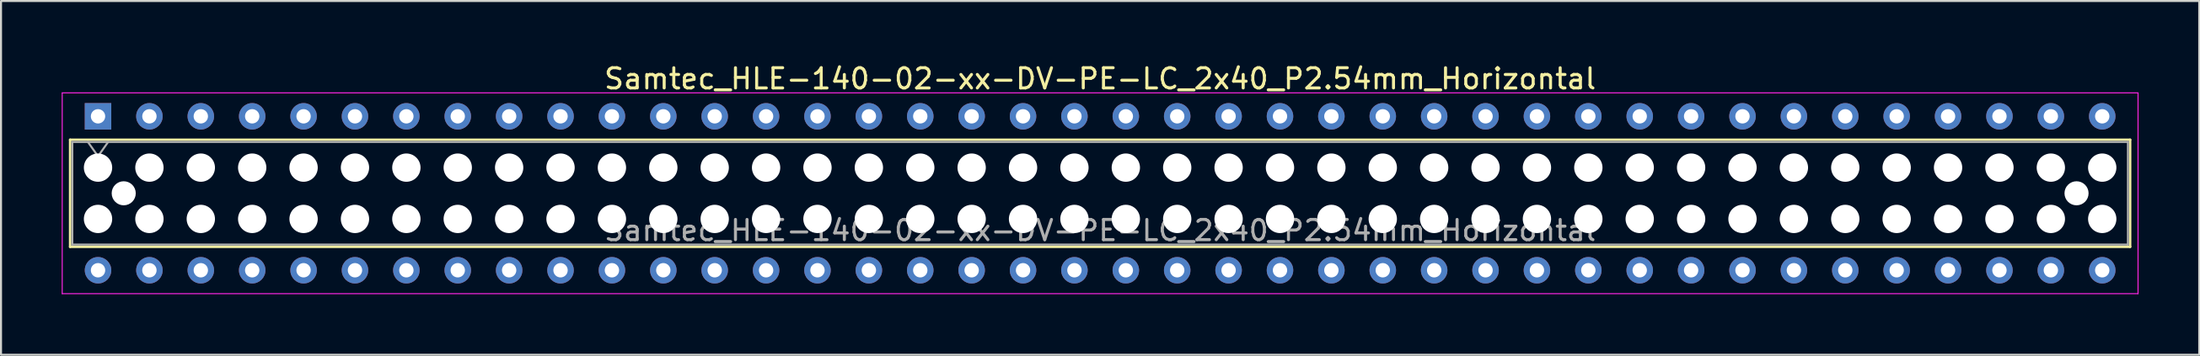
<source format=kicad_pcb>
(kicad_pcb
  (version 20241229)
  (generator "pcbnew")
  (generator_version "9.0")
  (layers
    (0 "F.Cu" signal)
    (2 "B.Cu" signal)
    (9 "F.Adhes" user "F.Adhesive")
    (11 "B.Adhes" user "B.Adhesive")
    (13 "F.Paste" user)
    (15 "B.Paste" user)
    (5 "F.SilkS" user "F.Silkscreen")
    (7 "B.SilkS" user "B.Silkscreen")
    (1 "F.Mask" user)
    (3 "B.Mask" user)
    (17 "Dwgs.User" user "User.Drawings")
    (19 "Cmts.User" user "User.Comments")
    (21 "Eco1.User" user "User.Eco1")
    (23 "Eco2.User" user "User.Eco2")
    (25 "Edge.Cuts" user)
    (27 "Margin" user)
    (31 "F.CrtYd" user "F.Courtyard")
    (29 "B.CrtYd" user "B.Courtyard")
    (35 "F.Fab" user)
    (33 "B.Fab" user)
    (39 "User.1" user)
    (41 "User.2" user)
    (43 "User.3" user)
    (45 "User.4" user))
  (footprint "Samtec_HLE-140-02-xx-DV-PE-LC_2x40_P2.54mm_Horizontal"
    (layer "F.Cu")
    (at 1.795 2.708)
    (property "Reference" "Samtec_HLE-140-02-xx-DV-PE-LC_2x40_P2.54mm_Horizontal" (at 49.53 -1.86 0) (layer "F.SilkS") (effects (font (size 1 1) (thickness 0.15))))
    (attr through_hole)
    (fp_line (start -1.38 1.16) (end 100.44 1.16) (stroke (width 0.12) (type solid)) (layer "F.SilkS"))
    (fp_line (start -1.38 6.46) (end -1.38 1.16) (stroke (width 0.12) (type solid)) (layer "F.SilkS"))
    (fp_line (start 100.44 1.16) (end 100.44 6.46) (stroke (width 0.12) (type solid)) (layer "F.SilkS"))
    (fp_line (start 100.44 6.46) (end -1.38 6.46) (stroke (width 0.12) (type solid)) (layer "F.SilkS"))
    (fp_line (start -1.77 -1.16) (end 100.83 -1.16) (stroke (width 0.05) (type solid)) (layer "F.CrtYd"))
    (fp_line (start -1.77 8.78) (end -1.77 -1.16) (stroke (width 0.05) (type solid)) (layer "F.CrtYd"))
    (fp_line (start 100.83 -1.16) (end 100.83 8.78) (stroke (width 0.05) (type solid)) (layer "F.CrtYd"))
    (fp_line (start 100.83 8.78) (end -1.77 8.78) (stroke (width 0.05) (type solid)) (layer "F.CrtYd"))
    (fp_line (start -1.27 1.27) (end 100.33 1.27) (stroke (width 0.1) (type solid)) (layer "F.Fab"))
    (fp_line (start -1.27 6.35) (end -1.27 1.27) (stroke (width 0.1) (type solid)) (layer "F.Fab"))
    (fp_line (start -0.5 1.27) (end 0 1.977) (stroke (width 0.1) (type solid)) (layer "F.Fab"))
    (fp_line (start 0 1.977) (end 0.5 1.27) (stroke (width 0.1) (type solid)) (layer "F.Fab"))
    (fp_line (start 100.33 1.27) (end 100.33 6.35) (stroke (width 0.1) (type solid)) (layer "F.Fab"))
    (fp_line (start 100.33 6.35) (end -1.27 6.35) (stroke (width 0.1) (type solid)) (layer "F.Fab"))
    (fp_text user "${REFERENCE}" (at 49.53 5.65 0) (layer "F.Fab") (effects (font (size 1 1) (thickness 0.15))))
    (pad "" np_thru_hole circle (at 0 2.54) (size 1.4 1.4) (drill 1.4) (layers "*.Cu" "*.Mask"))
    (pad "" np_thru_hole circle (at 0 5.08) (size 1.4 1.4) (drill 1.4) (layers "*.Cu" "*.Mask"))
    (pad "" np_thru_hole circle (at 1.27 3.81) (size 1.19 1.19) (drill 1.19) (layers "*.Cu" "*.Mask"))
    (pad "" np_thru_hole circle (at 2.54 2.54) (size 1.4 1.4) (drill 1.4) (layers "*.Cu" "*.Mask"))
    (pad "" np_thru_hole circle (at 2.54 5.08) (size 1.4 1.4) (drill 1.4) (layers "*.Cu" "*.Mask"))
    (pad "" np_thru_hole circle (at 5.08 2.54) (size 1.4 1.4) (drill 1.4) (layers "*.Cu" "*.Mask"))
    (pad "" np_thru_hole circle (at 5.08 5.08) (size 1.4 1.4) (drill 1.4) (layers "*.Cu" "*.Mask"))
    (pad "" np_thru_hole circle (at 7.62 2.54) (size 1.4 1.4) (drill 1.4) (layers "*.Cu" "*.Mask"))
    (pad "" np_thru_hole circle (at 7.62 5.08) (size 1.4 1.4) (drill 1.4) (layers "*.Cu" "*.Mask"))
    (pad "" np_thru_hole circle (at 10.16 2.54) (size 1.4 1.4) (drill 1.4) (layers "*.Cu" "*.Mask"))
    (pad "" np_thru_hole circle (at 10.16 5.08) (size 1.4 1.4) (drill 1.4) (layers "*.Cu" "*.Mask"))
    (pad "" np_thru_hole circle (at 12.7 2.54) (size 1.4 1.4) (drill 1.4) (layers "*.Cu" "*.Mask"))
    (pad "" np_thru_hole circle (at 12.7 5.08) (size 1.4 1.4) (drill 1.4) (layers "*.Cu" "*.Mask"))
    (pad "" np_thru_hole circle (at 15.24 2.54) (size 1.4 1.4) (drill 1.4) (layers "*.Cu" "*.Mask"))
    (pad "" np_thru_hole circle (at 15.24 5.08) (size 1.4 1.4) (drill 1.4) (layers "*.Cu" "*.Mask"))
    (pad "" np_thru_hole circle (at 17.78 2.54) (size 1.4 1.4) (drill 1.4) (layers "*.Cu" "*.Mask"))
    (pad "" np_thru_hole circle (at 17.78 5.08) (size 1.4 1.4) (drill 1.4) (layers "*.Cu" "*.Mask"))
    (pad "" np_thru_hole circle (at 20.32 2.54) (size 1.4 1.4) (drill 1.4) (layers "*.Cu" "*.Mask"))
    (pad "" np_thru_hole circle (at 20.32 5.08) (size 1.4 1.4) (drill 1.4) (layers "*.Cu" "*.Mask"))
    (pad "" np_thru_hole circle (at 22.86 2.54) (size 1.4 1.4) (drill 1.4) (layers "*.Cu" "*.Mask"))
    (pad "" np_thru_hole circle (at 22.86 5.08) (size 1.4 1.4) (drill 1.4) (layers "*.Cu" "*.Mask"))
    (pad "" np_thru_hole circle (at 25.4 2.54) (size 1.4 1.4) (drill 1.4) (layers "*.Cu" "*.Mask"))
    (pad "" np_thru_hole circle (at 25.4 5.08) (size 1.4 1.4) (drill 1.4) (layers "*.Cu" "*.Mask"))
    (pad "" np_thru_hole circle (at 27.94 2.54) (size 1.4 1.4) (drill 1.4) (layers "*.Cu" "*.Mask"))
    (pad "" np_thru_hole circle (at 27.94 5.08) (size 1.4 1.4) (drill 1.4) (layers "*.Cu" "*.Mask"))
    (pad "" np_thru_hole circle (at 30.48 2.54) (size 1.4 1.4) (drill 1.4) (layers "*.Cu" "*.Mask"))
    (pad "" np_thru_hole circle (at 30.48 5.08) (size 1.4 1.4) (drill 1.4) (layers "*.Cu" "*.Mask"))
    (pad "" np_thru_hole circle (at 33.02 2.54) (size 1.4 1.4) (drill 1.4) (layers "*.Cu" "*.Mask"))
    (pad "" np_thru_hole circle (at 33.02 5.08) (size 1.4 1.4) (drill 1.4) (layers "*.Cu" "*.Mask"))
    (pad "" np_thru_hole circle (at 35.56 2.54) (size 1.4 1.4) (drill 1.4) (layers "*.Cu" "*.Mask"))
    (pad "" np_thru_hole circle (at 35.56 5.08) (size 1.4 1.4) (drill 1.4) (layers "*.Cu" "*.Mask"))
    (pad "" np_thru_hole circle (at 38.1 2.54) (size 1.4 1.4) (drill 1.4) (layers "*.Cu" "*.Mask"))
    (pad "" np_thru_hole circle (at 38.1 5.08) (size 1.4 1.4) (drill 1.4) (layers "*.Cu" "*.Mask"))
    (pad "" np_thru_hole circle (at 40.64 2.54) (size 1.4 1.4) (drill 1.4) (layers "*.Cu" "*.Mask"))
    (pad "" np_thru_hole circle (at 40.64 5.08) (size 1.4 1.4) (drill 1.4) (layers "*.Cu" "*.Mask"))
    (pad "" np_thru_hole circle (at 43.18 2.54) (size 1.4 1.4) (drill 1.4) (layers "*.Cu" "*.Mask"))
    (pad "" np_thru_hole circle (at 43.18 5.08) (size 1.4 1.4) (drill 1.4) (layers "*.Cu" "*.Mask"))
    (pad "" np_thru_hole circle (at 45.72 2.54) (size 1.4 1.4) (drill 1.4) (layers "*.Cu" "*.Mask"))
    (pad "" np_thru_hole circle (at 45.72 5.08) (size 1.4 1.4) (drill 1.4) (layers "*.Cu" "*.Mask"))
    (pad "" np_thru_hole circle (at 48.26 2.54) (size 1.4 1.4) (drill 1.4) (layers "*.Cu" "*.Mask"))
    (pad "" np_thru_hole circle (at 48.26 5.08) (size 1.4 1.4) (drill 1.4) (layers "*.Cu" "*.Mask"))
    (pad "" np_thru_hole circle (at 50.8 2.54) (size 1.4 1.4) (drill 1.4) (layers "*.Cu" "*.Mask"))
    (pad "" np_thru_hole circle (at 50.8 5.08) (size 1.4 1.4) (drill 1.4) (layers "*.Cu" "*.Mask"))
    (pad "" np_thru_hole circle (at 53.34 2.54) (size 1.4 1.4) (drill 1.4) (layers "*.Cu" "*.Mask"))
    (pad "" np_thru_hole circle (at 53.34 5.08) (size 1.4 1.4) (drill 1.4) (layers "*.Cu" "*.Mask"))
    (pad "" np_thru_hole circle (at 55.88 2.54) (size 1.4 1.4) (drill 1.4) (layers "*.Cu" "*.Mask"))
    (pad "" np_thru_hole circle (at 55.88 5.08) (size 1.4 1.4) (drill 1.4) (layers "*.Cu" "*.Mask"))
    (pad "" np_thru_hole circle (at 58.42 2.54) (size 1.4 1.4) (drill 1.4) (layers "*.Cu" "*.Mask"))
    (pad "" np_thru_hole circle (at 58.42 5.08) (size 1.4 1.4) (drill 1.4) (layers "*.Cu" "*.Mask"))
    (pad "" np_thru_hole circle (at 60.96 2.54) (size 1.4 1.4) (drill 1.4) (layers "*.Cu" "*.Mask"))
    (pad "" np_thru_hole circle (at 60.96 5.08) (size 1.4 1.4) (drill 1.4) (layers "*.Cu" "*.Mask"))
    (pad "" np_thru_hole circle (at 63.5 2.54) (size 1.4 1.4) (drill 1.4) (layers "*.Cu" "*.Mask"))
    (pad "" np_thru_hole circle (at 63.5 5.08) (size 1.4 1.4) (drill 1.4) (layers "*.Cu" "*.Mask"))
    (pad "" np_thru_hole circle (at 66.04 2.54) (size 1.4 1.4) (drill 1.4) (layers "*.Cu" "*.Mask"))
    (pad "" np_thru_hole circle (at 66.04 5.08) (size 1.4 1.4) (drill 1.4) (layers "*.Cu" "*.Mask"))
    (pad "" np_thru_hole circle (at 68.58 2.54) (size 1.4 1.4) (drill 1.4) (layers "*.Cu" "*.Mask"))
    (pad "" np_thru_hole circle (at 68.58 5.08) (size 1.4 1.4) (drill 1.4) (layers "*.Cu" "*.Mask"))
    (pad "" np_thru_hole circle (at 71.12 2.54) (size 1.4 1.4) (drill 1.4) (layers "*.Cu" "*.Mask"))
    (pad "" np_thru_hole circle (at 71.12 5.08) (size 1.4 1.4) (drill 1.4) (layers "*.Cu" "*.Mask"))
    (pad "" np_thru_hole circle (at 73.66 2.54) (size 1.4 1.4) (drill 1.4) (layers "*.Cu" "*.Mask"))
    (pad "" np_thru_hole circle (at 73.66 5.08) (size 1.4 1.4) (drill 1.4) (layers "*.Cu" "*.Mask"))
    (pad "" np_thru_hole circle (at 76.2 2.54) (size 1.4 1.4) (drill 1.4) (layers "*.Cu" "*.Mask"))
    (pad "" np_thru_hole circle (at 76.2 5.08) (size 1.4 1.4) (drill 1.4) (layers "*.Cu" "*.Mask"))
    (pad "" np_thru_hole circle (at 78.74 2.54) (size 1.4 1.4) (drill 1.4) (layers "*.Cu" "*.Mask"))
    (pad "" np_thru_hole circle (at 78.74 5.08) (size 1.4 1.4) (drill 1.4) (layers "*.Cu" "*.Mask"))
    (pad "" np_thru_hole circle (at 81.28 2.54) (size 1.4 1.4) (drill 1.4) (layers "*.Cu" "*.Mask"))
    (pad "" np_thru_hole circle (at 81.28 5.08) (size 1.4 1.4) (drill 1.4) (layers "*.Cu" "*.Mask"))
    (pad "" np_thru_hole circle (at 83.82 2.54) (size 1.4 1.4) (drill 1.4) (layers "*.Cu" "*.Mask"))
    (pad "" np_thru_hole circle (at 83.82 5.08) (size 1.4 1.4) (drill 1.4) (layers "*.Cu" "*.Mask"))
    (pad "" np_thru_hole circle (at 86.36 2.54) (size 1.4 1.4) (drill 1.4) (layers "*.Cu" "*.Mask"))
    (pad "" np_thru_hole circle (at 86.36 5.08) (size 1.4 1.4) (drill 1.4) (layers "*.Cu" "*.Mask"))
    (pad "" np_thru_hole circle (at 88.9 2.54) (size 1.4 1.4) (drill 1.4) (layers "*.Cu" "*.Mask"))
    (pad "" np_thru_hole circle (at 88.9 5.08) (size 1.4 1.4) (drill 1.4) (layers "*.Cu" "*.Mask"))
    (pad "" np_thru_hole circle (at 91.44 2.54) (size 1.4 1.4) (drill 1.4) (layers "*.Cu" "*.Mask"))
    (pad "" np_thru_hole circle (at 91.44 5.08) (size 1.4 1.4) (drill 1.4) (layers "*.Cu" "*.Mask"))
    (pad "" np_thru_hole circle (at 93.98 2.54) (size 1.4 1.4) (drill 1.4) (layers "*.Cu" "*.Mask"))
    (pad "" np_thru_hole circle (at 93.98 5.08) (size 1.4 1.4) (drill 1.4) (layers "*.Cu" "*.Mask"))
    (pad "" np_thru_hole circle (at 96.52 2.54) (size 1.4 1.4) (drill 1.4) (layers "*.Cu" "*.Mask"))
    (pad "" np_thru_hole circle (at 96.52 5.08) (size 1.4 1.4) (drill 1.4) (layers "*.Cu" "*.Mask"))
    (pad "" np_thru_hole circle (at 97.79 3.81) (size 1.19 1.19) (drill 1.19) (layers "*.Cu" "*.Mask"))
    (pad "" np_thru_hole circle (at 99.06 2.54) (size 1.4 1.4) (drill 1.4) (layers "*.Cu" "*.Mask"))
    (pad "" np_thru_hole circle (at 99.06 5.08) (size 1.4 1.4) (drill 1.4) (layers "*.Cu" "*.Mask"))
    (pad "1" thru_hole rect (at 0 0) (size 1.31 1.31) (drill 0.71) (layers "*.Cu" "*.Mask"))
    (pad "2" thru_hole circle (at 0 7.62) (size 1.31 1.31) (drill 0.71) (layers "*.Cu" "*.Mask"))
    (pad "3" thru_hole circle (at 2.54 0) (size 1.31 1.31) (drill 0.71) (layers "*.Cu" "*.Mask"))
    (pad "4" thru_hole circle (at 2.54 7.62) (size 1.31 1.31) (drill 0.71) (layers "*.Cu" "*.Mask"))
    (pad "5" thru_hole circle (at 5.08 0) (size 1.31 1.31) (drill 0.71) (layers "*.Cu" "*.Mask"))
    (pad "6" thru_hole circle (at 5.08 7.62) (size 1.31 1.31) (drill 0.71) (layers "*.Cu" "*.Mask"))
    (pad "7" thru_hole circle (at 7.62 0) (size 1.31 1.31) (drill 0.71) (layers "*.Cu" "*.Mask"))
    (pad "8" thru_hole circle (at 7.62 7.62) (size 1.31 1.31) (drill 0.71) (layers "*.Cu" "*.Mask"))
    (pad "9" thru_hole circle (at 10.16 0) (size 1.31 1.31) (drill 0.71) (layers "*.Cu" "*.Mask"))
    (pad "10" thru_hole circle (at 10.16 7.62) (size 1.31 1.31) (drill 0.71) (layers "*.Cu" "*.Mask"))
    (pad "11" thru_hole circle (at 12.7 0) (size 1.31 1.31) (drill 0.71) (layers "*.Cu" "*.Mask"))
    (pad "12" thru_hole circle (at 12.7 7.62) (size 1.31 1.31) (drill 0.71) (layers "*.Cu" "*.Mask"))
    (pad "13" thru_hole circle (at 15.24 0) (size 1.31 1.31) (drill 0.71) (layers "*.Cu" "*.Mask"))
    (pad "14" thru_hole circle (at 15.24 7.62) (size 1.31 1.31) (drill 0.71) (layers "*.Cu" "*.Mask"))
    (pad "15" thru_hole circle (at 17.78 0) (size 1.31 1.31) (drill 0.71) (layers "*.Cu" "*.Mask"))
    (pad "16" thru_hole circle (at 17.78 7.62) (size 1.31 1.31) (drill 0.71) (layers "*.Cu" "*.Mask"))
    (pad "17" thru_hole circle (at 20.32 0) (size 1.31 1.31) (drill 0.71) (layers "*.Cu" "*.Mask"))
    (pad "18" thru_hole circle (at 20.32 7.62) (size 1.31 1.31) (drill 0.71) (layers "*.Cu" "*.Mask"))
    (pad "19" thru_hole circle (at 22.86 0) (size 1.31 1.31) (drill 0.71) (layers "*.Cu" "*.Mask"))
    (pad "20" thru_hole circle (at 22.86 7.62) (size 1.31 1.31) (drill 0.71) (layers "*.Cu" "*.Mask"))
    (pad "21" thru_hole circle (at 25.4 0) (size 1.31 1.31) (drill 0.71) (layers "*.Cu" "*.Mask"))
    (pad "22" thru_hole circle (at 25.4 7.62) (size 1.31 1.31) (drill 0.71) (layers "*.Cu" "*.Mask"))
    (pad "23" thru_hole circle (at 27.94 0) (size 1.31 1.31) (drill 0.71) (layers "*.Cu" "*.Mask"))
    (pad "24" thru_hole circle (at 27.94 7.62) (size 1.31 1.31) (drill 0.71) (layers "*.Cu" "*.Mask"))
    (pad "25" thru_hole circle (at 30.48 0) (size 1.31 1.31) (drill 0.71) (layers "*.Cu" "*.Mask"))
    (pad "26" thru_hole circle (at 30.48 7.62) (size 1.31 1.31) (drill 0.71) (layers "*.Cu" "*.Mask"))
    (pad "27" thru_hole circle (at 33.02 0) (size 1.31 1.31) (drill 0.71) (layers "*.Cu" "*.Mask"))
    (pad "28" thru_hole circle (at 33.02 7.62) (size 1.31 1.31) (drill 0.71) (layers "*.Cu" "*.Mask"))
    (pad "29" thru_hole circle (at 35.56 0) (size 1.31 1.31) (drill 0.71) (layers "*.Cu" "*.Mask"))
    (pad "30" thru_hole circle (at 35.56 7.62) (size 1.31 1.31) (drill 0.71) (layers "*.Cu" "*.Mask"))
    (pad "31" thru_hole circle (at 38.1 0) (size 1.31 1.31) (drill 0.71) (layers "*.Cu" "*.Mask"))
    (pad "32" thru_hole circle (at 38.1 7.62) (size 1.31 1.31) (drill 0.71) (layers "*.Cu" "*.Mask"))
    (pad "33" thru_hole circle (at 40.64 0) (size 1.31 1.31) (drill 0.71) (layers "*.Cu" "*.Mask"))
    (pad "34" thru_hole circle (at 40.64 7.62) (size 1.31 1.31) (drill 0.71) (layers "*.Cu" "*.Mask"))
    (pad "35" thru_hole circle (at 43.18 0) (size 1.31 1.31) (drill 0.71) (layers "*.Cu" "*.Mask"))
    (pad "36" thru_hole circle (at 43.18 7.62) (size 1.31 1.31) (drill 0.71) (layers "*.Cu" "*.Mask"))
    (pad "37" thru_hole circle (at 45.72 0) (size 1.31 1.31) (drill 0.71) (layers "*.Cu" "*.Mask"))
    (pad "38" thru_hole circle (at 45.72 7.62) (size 1.31 1.31) (drill 0.71) (layers "*.Cu" "*.Mask"))
    (pad "39" thru_hole circle (at 48.26 0) (size 1.31 1.31) (drill 0.71) (layers "*.Cu" "*.Mask"))
    (pad "40" thru_hole circle (at 48.26 7.62) (size 1.31 1.31) (drill 0.71) (layers "*.Cu" "*.Mask"))
    (pad "41" thru_hole circle (at 50.8 0) (size 1.31 1.31) (drill 0.71) (layers "*.Cu" "*.Mask"))
    (pad "42" thru_hole circle (at 50.8 7.62) (size 1.31 1.31) (drill 0.71) (layers "*.Cu" "*.Mask"))
    (pad "43" thru_hole circle (at 53.34 0) (size 1.31 1.31) (drill 0.71) (layers "*.Cu" "*.Mask"))
    (pad "44" thru_hole circle (at 53.34 7.62) (size 1.31 1.31) (drill 0.71) (layers "*.Cu" "*.Mask"))
    (pad "45" thru_hole circle (at 55.88 0) (size 1.31 1.31) (drill 0.71) (layers "*.Cu" "*.Mask"))
    (pad "46" thru_hole circle (at 55.88 7.62) (size 1.31 1.31) (drill 0.71) (layers "*.Cu" "*.Mask"))
    (pad "47" thru_hole circle (at 58.42 0) (size 1.31 1.31) (drill 0.71) (layers "*.Cu" "*.Mask"))
    (pad "48" thru_hole circle (at 58.42 7.62) (size 1.31 1.31) (drill 0.71) (layers "*.Cu" "*.Mask"))
    (pad "49" thru_hole circle (at 60.96 0) (size 1.31 1.31) (drill 0.71) (layers "*.Cu" "*.Mask"))
    (pad "50" thru_hole circle (at 60.96 7.62) (size 1.31 1.31) (drill 0.71) (layers "*.Cu" "*.Mask"))
    (pad "51" thru_hole circle (at 63.5 0) (size 1.31 1.31) (drill 0.71) (layers "*.Cu" "*.Mask"))
    (pad "52" thru_hole circle (at 63.5 7.62) (size 1.31 1.31) (drill 0.71) (layers "*.Cu" "*.Mask"))
    (pad "53" thru_hole circle (at 66.04 0) (size 1.31 1.31) (drill 0.71) (layers "*.Cu" "*.Mask"))
    (pad "54" thru_hole circle (at 66.04 7.62) (size 1.31 1.31) (drill 0.71) (layers "*.Cu" "*.Mask"))
    (pad "55" thru_hole circle (at 68.58 0) (size 1.31 1.31) (drill 0.71) (layers "*.Cu" "*.Mask"))
    (pad "56" thru_hole circle (at 68.58 7.62) (size 1.31 1.31) (drill 0.71) (layers "*.Cu" "*.Mask"))
    (pad "57" thru_hole circle (at 71.12 0) (size 1.31 1.31) (drill 0.71) (layers "*.Cu" "*.Mask"))
    (pad "58" thru_hole circle (at 71.12 7.62) (size 1.31 1.31) (drill 0.71) (layers "*.Cu" "*.Mask"))
    (pad "59" thru_hole circle (at 73.66 0) (size 1.31 1.31) (drill 0.71) (layers "*.Cu" "*.Mask"))
    (pad "60" thru_hole circle (at 73.66 7.62) (size 1.31 1.31) (drill 0.71) (layers "*.Cu" "*.Mask"))
    (pad "61" thru_hole circle (at 76.2 0) (size 1.31 1.31) (drill 0.71) (layers "*.Cu" "*.Mask"))
    (pad "62" thru_hole circle (at 76.2 7.62) (size 1.31 1.31) (drill 0.71) (layers "*.Cu" "*.Mask"))
    (pad "63" thru_hole circle (at 78.74 0) (size 1.31 1.31) (drill 0.71) (layers "*.Cu" "*.Mask"))
    (pad "64" thru_hole circle (at 78.74 7.62) (size 1.31 1.31) (drill 0.71) (layers "*.Cu" "*.Mask"))
    (pad "65" thru_hole circle (at 81.28 0) (size 1.31 1.31) (drill 0.71) (layers "*.Cu" "*.Mask"))
    (pad "66" thru_hole circle (at 81.28 7.62) (size 1.31 1.31) (drill 0.71) (layers "*.Cu" "*.Mask"))
    (pad "67" thru_hole circle (at 83.82 0) (size 1.31 1.31) (drill 0.71) (layers "*.Cu" "*.Mask"))
    (pad "68" thru_hole circle (at 83.82 7.62) (size 1.31 1.31) (drill 0.71) (layers "*.Cu" "*.Mask"))
    (pad "69" thru_hole circle (at 86.36 0) (size 1.31 1.31) (drill 0.71) (layers "*.Cu" "*.Mask"))
    (pad "70" thru_hole circle (at 86.36 7.62) (size 1.31 1.31) (drill 0.71) (layers "*.Cu" "*.Mask"))
    (pad "71" thru_hole circle (at 88.9 0) (size 1.31 1.31) (drill 0.71) (layers "*.Cu" "*.Mask"))
    (pad "72" thru_hole circle (at 88.9 7.62) (size 1.31 1.31) (drill 0.71) (layers "*.Cu" "*.Mask"))
    (pad "73" thru_hole circle (at 91.44 0) (size 1.31 1.31) (drill 0.71) (layers "*.Cu" "*.Mask"))
    (pad "74" thru_hole circle (at 91.44 7.62) (size 1.31 1.31) (drill 0.71) (layers "*.Cu" "*.Mask"))
    (pad "75" thru_hole circle (at 93.98 0) (size 1.31 1.31) (drill 0.71) (layers "*.Cu" "*.Mask"))
    (pad "76" thru_hole circle (at 93.98 7.62) (size 1.31 1.31) (drill 0.71) (layers "*.Cu" "*.Mask"))
    (pad "77" thru_hole circle (at 96.52 0) (size 1.31 1.31) (drill 0.71) (layers "*.Cu" "*.Mask"))
    (pad "78" thru_hole circle (at 96.52 7.62) (size 1.31 1.31) (drill 0.71) (layers "*.Cu" "*.Mask"))
    (pad "79" thru_hole circle (at 99.06 0) (size 1.31 1.31) (drill 0.71) (layers "*.Cu" "*.Mask"))
    (pad "80" thru_hole circle (at 99.06 7.62) (size 1.31 1.31) (drill 0.71) (layers "*.Cu" "*.Mask")))
  (gr_rect
    (start -3 -3)
    (end 105.65 14.513)
    (stroke (width 0.1) (type default))
    (fill no)
    (layer "Edge.Cuts")))
</source>
